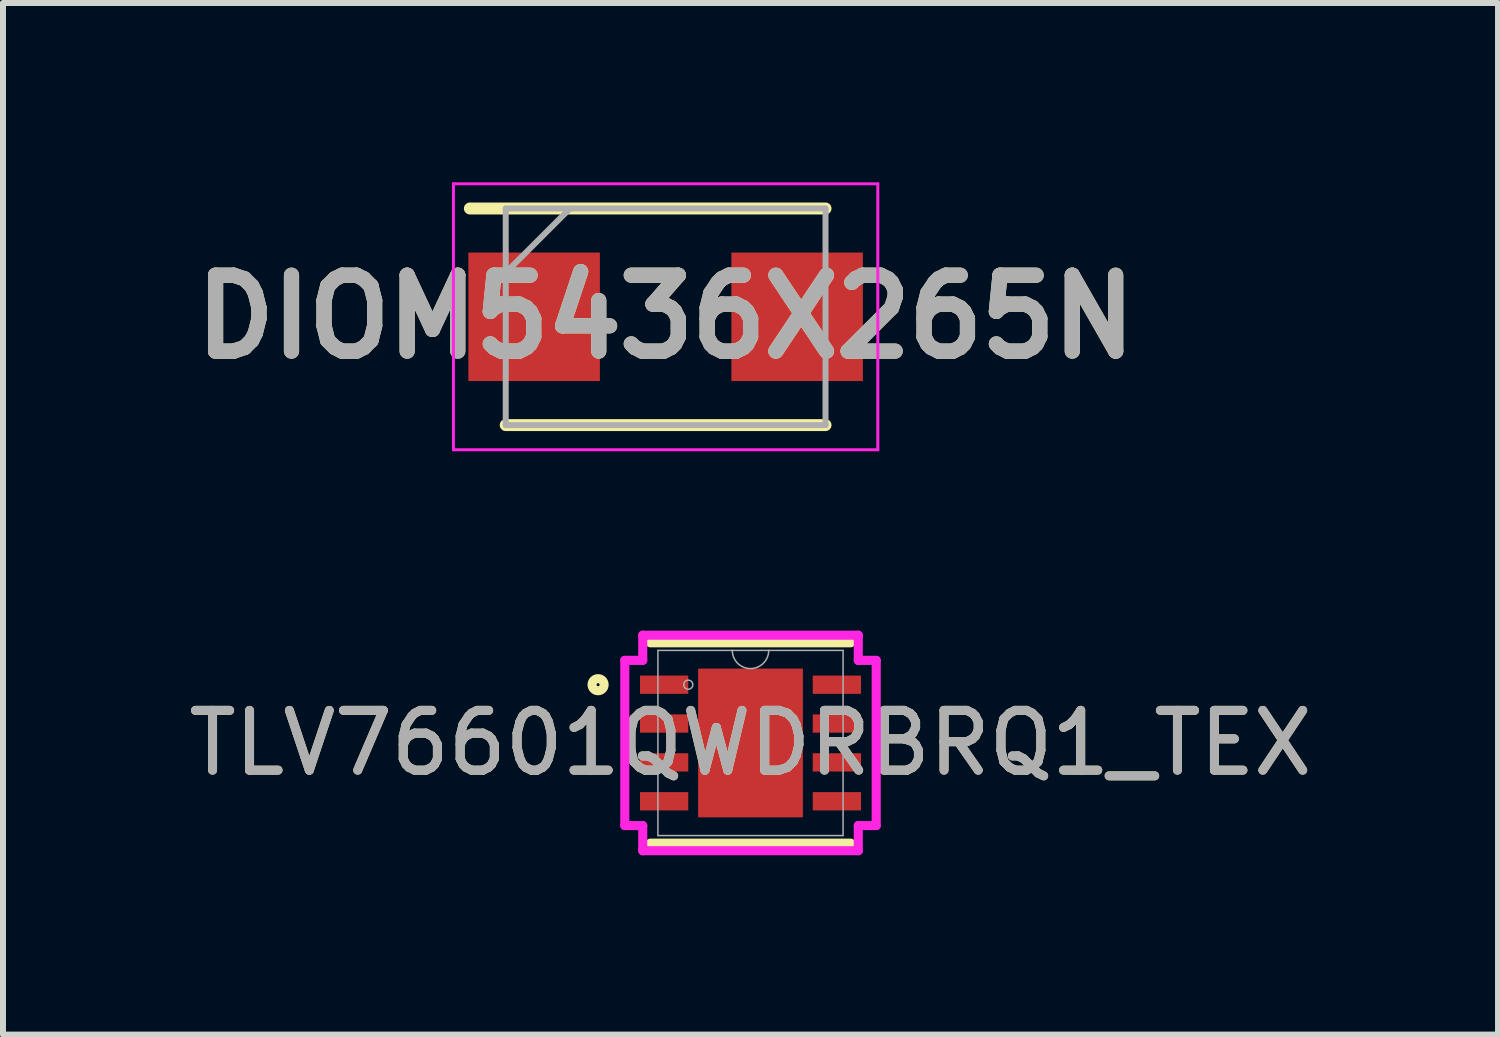
<source format=kicad_pcb>
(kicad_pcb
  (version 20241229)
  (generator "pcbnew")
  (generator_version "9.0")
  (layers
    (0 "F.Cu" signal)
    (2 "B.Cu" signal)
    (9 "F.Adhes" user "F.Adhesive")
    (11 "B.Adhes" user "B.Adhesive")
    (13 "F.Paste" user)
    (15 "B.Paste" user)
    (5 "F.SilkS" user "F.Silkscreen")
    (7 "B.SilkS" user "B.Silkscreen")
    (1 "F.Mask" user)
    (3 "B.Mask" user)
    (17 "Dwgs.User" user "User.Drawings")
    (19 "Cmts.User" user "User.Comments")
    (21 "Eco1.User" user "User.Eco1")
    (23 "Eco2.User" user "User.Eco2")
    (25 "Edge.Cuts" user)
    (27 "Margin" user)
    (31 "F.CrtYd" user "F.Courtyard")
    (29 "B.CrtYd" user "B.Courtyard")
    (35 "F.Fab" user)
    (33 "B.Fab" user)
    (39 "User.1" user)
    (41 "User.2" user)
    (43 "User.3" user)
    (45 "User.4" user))
  (footprint "TLV76601QWDRBRQ1_TEX"
    (layer "F.Cu")
    (at 9.506 9.38)
    (property "Reference" "TLV76601QWDRBRQ1_TEX" (at 0 0 0) (unlocked yes) (layer "F.SilkS") (effects (font (size 1 1) (thickness 0.15))))
    (attr smd)
    (fp_line (start -1.676 1.676) (end 1.676 1.676) (stroke (width 0.152) (type solid)) (layer "F.SilkS"))
    (fp_line (start 1.676 -1.676) (end -1.676 -1.676) (stroke (width 0.152) (type solid)) (layer "F.SilkS"))
    (fp_circle (center -2.55 -0.975) (end -2.449 -0.975) (stroke (width 0.152) (type solid)) (fill no) (layer "F.SilkS"))
    (fp_line (start -2.103 -1.382) (end -1.803 -1.382) (stroke (width 0.152) (type solid)) (layer "F.CrtYd"))
    (fp_line (start -2.103 1.382) (end -2.103 -1.382) (stroke (width 0.152) (type solid)) (layer "F.CrtYd"))
    (fp_line (start -2.103 1.382) (end -1.803 1.382) (stroke (width 0.152) (type solid)) (layer "F.CrtYd"))
    (fp_line (start -1.803 -1.803) (end 1.803 -1.803) (stroke (width 0.152) (type solid)) (layer "F.CrtYd"))
    (fp_line (start -1.803 -1.382) (end -1.803 -1.803) (stroke (width 0.152) (type solid)) (layer "F.CrtYd"))
    (fp_line (start -1.803 1.803) (end -1.803 1.382) (stroke (width 0.152) (type solid)) (layer "F.CrtYd"))
    (fp_line (start 1.803 -1.803) (end 1.803 -1.382) (stroke (width 0.152) (type solid)) (layer "F.CrtYd"))
    (fp_line (start 1.803 1.382) (end 1.803 1.803) (stroke (width 0.152) (type solid)) (layer "F.CrtYd"))
    (fp_line (start 1.803 1.803) (end -1.803 1.803) (stroke (width 0.152) (type solid)) (layer "F.CrtYd"))
    (fp_line (start 2.103 -1.382) (end 1.803 -1.382) (stroke (width 0.152) (type solid)) (layer "F.CrtYd"))
    (fp_line (start 2.103 -1.382) (end 2.103 1.382) (stroke (width 0.152) (type solid)) (layer "F.CrtYd"))
    (fp_line (start 2.103 1.382) (end 1.803 1.382) (stroke (width 0.152) (type solid)) (layer "F.CrtYd"))
    (fp_line (start -1.549 -1.549) (end -1.549 1.549) (stroke (width 0.025) (type solid)) (layer "F.Fab"))
    (fp_line (start -1.549 1.549) (end 1.549 1.549) (stroke (width 0.025) (type solid)) (layer "F.Fab"))
    (fp_line (start 1.549 -1.549) (end -1.549 -1.549) (stroke (width 0.025) (type solid)) (layer "F.Fab"))
    (fp_line (start 1.549 1.549) (end 1.549 -1.549) (stroke (width 0.025) (type solid)) (layer "F.Fab"))
    (fp_arc (start 0.3048 -1.5494) (mid 0 -1.2446) (end -0.3048 -1.5494) (stroke (width 0.0254) (type solid)) (layer "F.Fab"))
    (fp_circle (center -1.041 -0.975) (end -0.965 -0.975) (stroke (width 0.025) (type solid)) (fill no) (layer "F.Fab"))
    (fp_text user "${REFERENCE}" (at 0 0 0) (unlocked yes) (layer "F.Fab") (effects (font (size 1 1) (thickness 0.15))))
    (pad "1" smd rect (at -1.445 -0.975) (size 0.808 0.306) (layers "F.Cu" "F.Mask" "F.Paste"))
    (pad "2" smd rect (at -1.445 -0.325) (size 0.808 0.306) (layers "F.Cu" "F.Mask" "F.Paste"))
    (pad "3" smd rect (at -1.445 0.325) (size 0.808 0.306) (layers "F.Cu" "F.Mask" "F.Paste"))
    (pad "4" smd rect (at -1.445 0.975) (size 0.808 0.306) (layers "F.Cu" "F.Mask" "F.Paste"))
    (pad "5" smd rect (at 1.445 0.975) (size 0.808 0.306) (layers "F.Cu" "F.Mask" "F.Paste"))
    (pad "6" smd rect (at 1.445 0.325) (size 0.808 0.306) (layers "F.Cu" "F.Mask" "F.Paste"))
    (pad "7" smd rect (at 1.445 -0.325) (size 0.808 0.306) (layers "F.Cu" "F.Mask" "F.Paste"))
    (pad "8" smd rect (at 1.445 -0.975) (size 0.808 0.306) (layers "F.Cu" "F.Mask" "F.Paste"))
    (pad "9" smd rect (at 0 0) (size 1.753 2.489) (layers "F.Cu" "F.Mask" "F.Paste")))
  (footprint "DIOM5436X265N"
    (layer "F.Cu")
    (at 8.086 2.25)
    (property "Reference" "DIOM5436X265N" (at 0 0 0) (layer "F.SilkS") (effects (font (size 1.27 1.27) (thickness 0.254))))
    (attr smd)
    (fp_line (start -2.675 1.812) (end 2.675 1.812) (stroke (width 0.2) (type solid)) (layer "F.SilkS"))
    (fp_line (start 2.675 -1.812) (end -3.275 -1.812) (stroke (width 0.2) (type solid)) (layer "F.SilkS"))
    (fp_line (start -3.55 -2.225) (end 3.55 -2.225) (stroke (width 0.05) (type solid)) (layer "F.CrtYd"))
    (fp_line (start -3.55 2.225) (end -3.55 -2.225) (stroke (width 0.05) (type solid)) (layer "F.CrtYd"))
    (fp_line (start 3.55 -2.225) (end 3.55 2.225) (stroke (width 0.05) (type solid)) (layer "F.CrtYd"))
    (fp_line (start 3.55 2.225) (end -3.55 2.225) (stroke (width 0.05) (type solid)) (layer "F.CrtYd"))
    (fp_line (start -2.675 -1.812) (end 2.675 -1.812) (stroke (width 0.1) (type solid)) (layer "F.Fab"))
    (fp_line (start -2.675 -0.738) (end -1.6 -1.812) (stroke (width 0.1) (type solid)) (layer "F.Fab"))
    (fp_line (start -2.675 1.812) (end -2.675 -1.812) (stroke (width 0.1) (type solid)) (layer "F.Fab"))
    (fp_line (start 2.675 -1.812) (end 2.675 1.812) (stroke (width 0.1) (type solid)) (layer "F.Fab"))
    (fp_line (start 2.675 1.812) (end -2.675 1.812) (stroke (width 0.1) (type solid)) (layer "F.Fab"))
    (fp_text user "${REFERENCE}" (at 0 0 0) (layer "F.Fab") (effects (font (size 1.27 1.27) (thickness 0.254))))
    (pad "1" smd rect (at -2.2 0 90) (size 2.15 2.2) (layers "F.Cu" "F.Mask" "F.Paste"))
    (pad "2" smd rect (at 2.2 0 90) (size 2.15 2.2) (layers "F.Cu" "F.Mask" "F.Paste")))
  (gr_rect
    (start -3 -3)
    (end 22.012 14.259)
    (stroke (width 0.1) (type default))
    (fill no)
    (layer "Edge.Cuts")))
</source>
